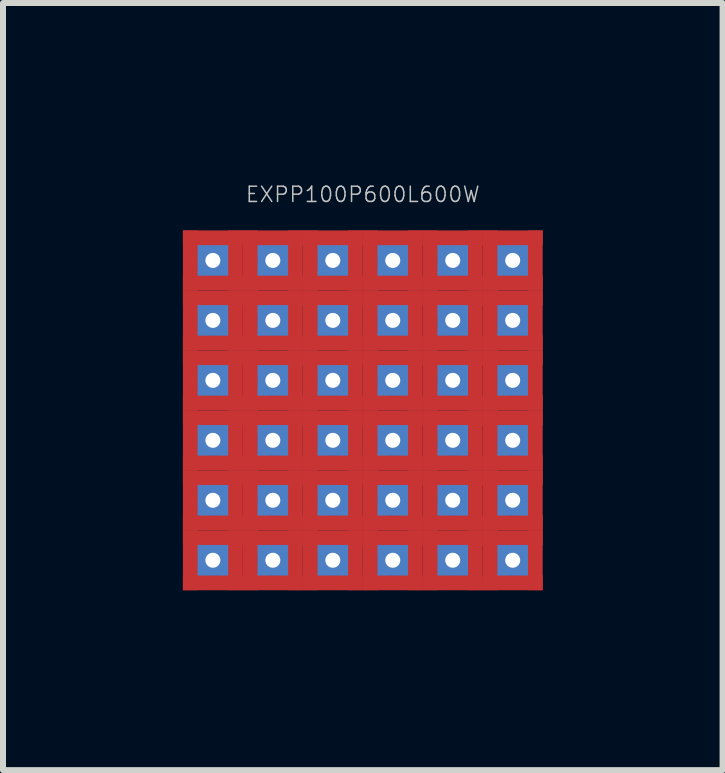
<source format=kicad_pcb>
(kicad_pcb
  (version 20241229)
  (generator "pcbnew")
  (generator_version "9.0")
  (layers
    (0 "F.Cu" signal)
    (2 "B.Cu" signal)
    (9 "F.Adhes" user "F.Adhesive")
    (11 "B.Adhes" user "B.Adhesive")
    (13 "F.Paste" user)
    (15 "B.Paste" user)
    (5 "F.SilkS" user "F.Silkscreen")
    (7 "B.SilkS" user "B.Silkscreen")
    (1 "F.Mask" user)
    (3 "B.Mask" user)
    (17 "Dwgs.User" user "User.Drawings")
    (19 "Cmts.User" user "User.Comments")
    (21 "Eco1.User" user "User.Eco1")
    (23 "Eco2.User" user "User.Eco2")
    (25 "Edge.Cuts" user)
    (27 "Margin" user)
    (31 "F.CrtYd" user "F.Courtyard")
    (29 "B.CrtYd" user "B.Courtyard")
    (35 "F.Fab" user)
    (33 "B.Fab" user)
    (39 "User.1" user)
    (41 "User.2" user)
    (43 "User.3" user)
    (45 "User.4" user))
  (footprint "EXPP100P600L600W"
    (layer "F.Cu")
    (at 3 3.793)
    (property "Reference" "EXPP100P600L600W" (at 0 -3.6 0) (layer "Dwgs.User") (effects (font (size 0.254 0.254) (thickness 0.025))))
    (attr smd)
    (pad "1" smd rect (at -2.875 -2.5) (size 0.25 1) (layers "F.Cu" "F.Mask"))
    (pad "1" smd rect (at -2.875 -1.5) (size 0.25 1) (layers "F.Cu" "F.Mask"))
    (pad "1" smd rect (at -2.875 -0.5) (size 0.25 1) (layers "F.Cu" "F.Mask"))
    (pad "1" smd rect (at -2.875 0.5) (size 0.25 1) (layers "F.Cu" "F.Mask"))
    (pad "1" smd rect (at -2.875 1.5) (size 0.25 1) (layers "F.Cu" "F.Mask"))
    (pad "1" smd rect (at -2.875 2.5) (size 0.25 1) (layers "F.Cu" "F.Mask"))
    (pad "1" smd rect (at -2.77 -2.77) (size 0.35 0.35) (layers "F.Cu" "F.Mask" "F.Paste"))
    (pad "1" smd rect (at -2.77 -2.23) (size 0.35 0.35) (layers "F.Cu" "F.Paste"))
    (pad "1" smd rect (at -2.77 -1.77) (size 0.35 0.35) (layers "F.Cu" "F.Mask" "F.Paste"))
    (pad "1" smd rect (at -2.77 -1.23) (size 0.35 0.35) (layers "F.Cu" "F.Paste"))
    (pad "1" smd rect (at -2.77 -0.77) (size 0.35 0.35) (layers "F.Cu" "F.Mask" "F.Paste"))
    (pad "1" smd rect (at -2.77 -0.23) (size 0.35 0.35) (layers "F.Cu" "F.Paste"))
    (pad "1" smd rect (at -2.77 0.23) (size 0.35 0.35) (layers "F.Cu" "F.Mask" "F.Paste"))
    (pad "1" smd rect (at -2.77 0.77) (size 0.35 0.35) (layers "F.Cu" "F.Paste"))
    (pad "1" smd rect (at -2.77 1.23) (size 0.35 0.35) (layers "F.Cu" "F.Mask" "F.Paste"))
    (pad "1" smd rect (at -2.77 1.77) (size 0.35 0.35) (layers "F.Cu" "F.Paste"))
    (pad "1" smd rect (at -2.77 2.23) (size 0.35 0.35) (layers "F.Cu" "F.Mask" "F.Paste"))
    (pad "1" smd rect (at -2.77 2.77) (size 0.35 0.35) (layers "F.Cu" "F.Paste"))
    (pad "1" smd rect (at -2.5 -2.875) (size 1 0.25) (layers "F.Cu" "F.Mask"))
    (pad "1" thru_hole rect (at -2.5 -2.5) (size 0.51 0.51) (drill 0.25) (layers "*.Cu"))
    (pad "1" smd rect (at -2.5 -2.125) (size 1 0.25) (layers "F.Cu" "F.Mask"))
    (pad "1" smd rect (at -2.5 -1.875) (size 1 0.25) (layers "F.Cu" "F.Mask"))
    (pad "1" thru_hole rect (at -2.5 -1.5) (size 0.51 0.51) (drill 0.25) (layers "*.Cu"))
    (pad "1" smd rect (at -2.5 -1.125) (size 1 0.25) (layers "F.Cu" "F.Mask"))
    (pad "1" smd rect (at -2.5 -0.875) (size 1 0.25) (layers "F.Cu" "F.Mask"))
    (pad "1" thru_hole rect (at -2.5 -0.5) (size 0.51 0.51) (drill 0.25) (layers "*.Cu"))
    (pad "1" smd rect (at -2.5 -0.125) (size 1 0.25) (layers "F.Cu" "F.Mask"))
    (pad "1" smd rect (at -2.5 0.125) (size 1 0.25) (layers "F.Cu" "F.Mask"))
    (pad "1" thru_hole rect (at -2.5 0.5) (size 0.51 0.51) (drill 0.25) (layers "*.Cu"))
    (pad "1" smd rect (at -2.5 0.875) (size 1 0.25) (layers "F.Cu" "F.Mask"))
    (pad "1" smd rect (at -2.5 1.125) (size 1 0.25) (layers "F.Cu" "F.Mask"))
    (pad "1" thru_hole rect (at -2.5 1.5) (size 0.51 0.51) (drill 0.25) (layers "*.Cu"))
    (pad "1" smd rect (at -2.5 1.875) (size 1 0.25) (layers "F.Cu" "F.Mask"))
    (pad "1" smd rect (at -2.5 2.125) (size 1 0.25) (layers "F.Cu" "F.Mask"))
    (pad "1" thru_hole rect (at -2.5 2.5) (size 0.51 0.51) (drill 0.25) (layers "*.Cu"))
    (pad "1" smd rect (at -2.5 2.875) (size 1 0.25) (layers "F.Cu" "F.Mask"))
    (pad "1" smd rect (at -2.23 -2.77) (size 0.35 0.35) (layers "F.Cu" "F.Paste"))
    (pad "1" smd rect (at -2.23 -2.23) (size 0.35 0.35) (layers "F.Cu" "F.Paste"))
    (pad "1" smd rect (at -2.23 -1.77) (size 0.35 0.35) (layers "F.Cu" "F.Paste"))
    (pad "1" smd rect (at -2.23 -1.23) (size 0.35 0.35) (layers "F.Cu" "F.Paste"))
    (pad "1" smd rect (at -2.23 -0.77) (size 0.35 0.35) (layers "F.Cu" "F.Paste"))
    (pad "1" smd rect (at -2.23 -0.23) (size 0.35 0.35) (layers "F.Cu" "F.Paste"))
    (pad "1" smd rect (at -2.23 0.23) (size 0.35 0.35) (layers "F.Cu" "F.Paste"))
    (pad "1" smd rect (at -2.23 0.77) (size 0.35 0.35) (layers "F.Cu" "F.Paste"))
    (pad "1" smd rect (at -2.23 1.23) (size 0.35 0.35) (layers "F.Cu" "F.Paste"))
    (pad "1" smd rect (at -2.23 1.77) (size 0.35 0.35) (layers "F.Cu" "F.Paste"))
    (pad "1" smd rect (at -2.23 2.23) (size 0.35 0.35) (layers "F.Cu" "F.Paste"))
    (pad "1" smd rect (at -2.23 2.77) (size 0.35 0.35) (layers "F.Cu" "F.Paste"))
    (pad "1" smd rect (at -2.125 -2.5) (size 0.25 1) (layers "F.Cu" "F.Mask"))
    (pad "1" smd rect (at -2.125 -1.5) (size 0.25 1) (layers "F.Cu" "F.Mask"))
    (pad "1" smd rect (at -2.125 -0.5) (size 0.25 1) (layers "F.Cu" "F.Mask"))
    (pad "1" smd rect (at -2.125 0.5) (size 0.25 1) (layers "F.Cu" "F.Mask"))
    (pad "1" smd rect (at -2.125 1.5) (size 0.25 1) (layers "F.Cu" "F.Mask"))
    (pad "1" smd rect (at -2.125 2.5) (size 0.25 1) (layers "F.Cu" "F.Mask"))
    (pad "1" smd rect (at -1.875 -2.5) (size 0.25 1) (layers "F.Cu" "F.Mask"))
    (pad "1" smd rect (at -1.875 -1.5) (size 0.25 1) (layers "F.Cu" "F.Mask"))
    (pad "1" smd rect (at -1.875 -0.5) (size 0.25 1) (layers "F.Cu" "F.Mask"))
    (pad "1" smd rect (at -1.875 0.5) (size 0.25 1) (layers "F.Cu" "F.Mask"))
    (pad "1" smd rect (at -1.875 1.5) (size 0.25 1) (layers "F.Cu" "F.Mask"))
    (pad "1" smd rect (at -1.875 2.5) (size 0.25 1) (layers "F.Cu" "F.Mask"))
    (pad "1" smd rect (at -1.77 -2.77) (size 0.35 0.35) (layers "F.Cu" "F.Mask" "F.Paste"))
    (pad "1" smd rect (at -1.77 -2.23) (size 0.35 0.35) (layers "F.Cu" "F.Paste"))
    (pad "1" smd rect (at -1.77 -1.77) (size 0.35 0.35) (layers "F.Cu" "F.Mask" "F.Paste"))
    (pad "1" smd rect (at -1.77 -1.23) (size 0.35 0.35) (layers "F.Cu" "F.Paste"))
    (pad "1" smd rect (at -1.77 -0.77) (size 0.35 0.35) (layers "F.Cu" "F.Mask" "F.Paste"))
    (pad "1" smd rect (at -1.77 -0.23) (size 0.35 0.35) (layers "F.Cu" "F.Paste"))
    (pad "1" smd rect (at -1.77 0.23) (size 0.35 0.35) (layers "F.Cu" "F.Mask" "F.Paste"))
    (pad "1" smd rect (at -1.77 0.77) (size 0.35 0.35) (layers "F.Cu" "F.Paste"))
    (pad "1" smd rect (at -1.77 1.23) (size 0.35 0.35) (layers "F.Cu" "F.Mask" "F.Paste"))
    (pad "1" smd rect (at -1.77 1.77) (size 0.35 0.35) (layers "F.Cu" "F.Paste"))
    (pad "1" smd rect (at -1.77 2.23) (size 0.35 0.35) (layers "F.Cu" "F.Mask" "F.Paste"))
    (pad "1" smd rect (at -1.77 2.77) (size 0.35 0.35) (layers "F.Cu" "F.Paste"))
    (pad "1" smd rect (at -1.5 -2.875) (size 1 0.25) (layers "F.Cu" "F.Mask"))
    (pad "1" thru_hole rect (at -1.5 -2.5) (size 0.51 0.51) (drill 0.25) (layers "*.Cu"))
    (pad "1" smd rect (at -1.5 -2.125) (size 1 0.25) (layers "F.Cu" "F.Mask"))
    (pad "1" smd rect (at -1.5 -1.875) (size 1 0.25) (layers "F.Cu" "F.Mask"))
    (pad "1" thru_hole rect (at -1.5 -1.5) (size 0.51 0.51) (drill 0.25) (layers "*.Cu"))
    (pad "1" smd rect (at -1.5 -1.125) (size 1 0.25) (layers "F.Cu" "F.Mask"))
    (pad "1" smd rect (at -1.5 -0.875) (size 1 0.25) (layers "F.Cu" "F.Mask"))
    (pad "1" thru_hole rect (at -1.5 -0.5) (size 0.51 0.51) (drill 0.25) (layers "*.Cu"))
    (pad "1" smd rect (at -1.5 -0.125) (size 1 0.25) (layers "F.Cu" "F.Mask"))
    (pad "1" smd rect (at -1.5 0.125) (size 1 0.25) (layers "F.Cu" "F.Mask"))
    (pad "1" thru_hole rect (at -1.5 0.5) (size 0.51 0.51) (drill 0.25) (layers "*.Cu"))
    (pad "1" smd rect (at -1.5 0.875) (size 1 0.25) (layers "F.Cu" "F.Mask"))
    (pad "1" smd rect (at -1.5 1.125) (size 1 0.25) (layers "F.Cu" "F.Mask"))
    (pad "1" thru_hole rect (at -1.5 1.5) (size 0.51 0.51) (drill 0.25) (layers "*.Cu"))
    (pad "1" smd rect (at -1.5 1.875) (size 1 0.25) (layers "F.Cu" "F.Mask"))
    (pad "1" smd rect (at -1.5 2.125) (size 1 0.25) (layers "F.Cu" "F.Mask"))
    (pad "1" thru_hole rect (at -1.5 2.5) (size 0.51 0.51) (drill 0.25) (layers "*.Cu"))
    (pad "1" smd rect (at -1.5 2.875) (size 1 0.25) (layers "F.Cu" "F.Mask"))
    (pad "1" smd rect (at -1.23 -2.77) (size 0.35 0.35) (layers "F.Cu" "F.Paste"))
    (pad "1" smd rect (at -1.23 -2.23) (size 0.35 0.35) (layers "F.Cu" "F.Paste"))
    (pad "1" smd rect (at -1.23 -1.77) (size 0.35 0.35) (layers "F.Cu" "F.Paste"))
    (pad "1" smd rect (at -1.23 -1.23) (size 0.35 0.35) (layers "F.Cu" "F.Paste"))
    (pad "1" smd rect (at -1.23 -0.77) (size 0.35 0.35) (layers "F.Cu" "F.Paste"))
    (pad "1" smd rect (at -1.23 -0.23) (size 0.35 0.35) (layers "F.Cu" "F.Paste"))
    (pad "1" smd rect (at -1.23 0.23) (size 0.35 0.35) (layers "F.Cu" "F.Paste"))
    (pad "1" smd rect (at -1.23 0.77) (size 0.35 0.35) (layers "F.Cu" "F.Paste"))
    (pad "1" smd rect (at -1.23 1.23) (size 0.35 0.35) (layers "F.Cu" "F.Paste"))
    (pad "1" smd rect (at -1.23 1.77) (size 0.35 0.35) (layers "F.Cu" "F.Paste"))
    (pad "1" smd rect (at -1.23 2.23) (size 0.35 0.35) (layers "F.Cu" "F.Paste"))
    (pad "1" smd rect (at -1.23 2.77) (size 0.35 0.35) (layers "F.Cu" "F.Paste"))
    (pad "1" smd rect (at -1.125 -2.5) (size 0.25 1) (layers "F.Cu" "F.Mask"))
    (pad "1" smd rect (at -1.125 -1.5) (size 0.25 1) (layers "F.Cu" "F.Mask"))
    (pad "1" smd rect (at -1.125 -0.5) (size 0.25 1) (layers "F.Cu" "F.Mask"))
    (pad "1" smd rect (at -1.125 0.5) (size 0.25 1) (layers "F.Cu" "F.Mask"))
    (pad "1" smd rect (at -1.125 1.5) (size 0.25 1) (layers "F.Cu" "F.Mask"))
    (pad "1" smd rect (at -1.125 2.5) (size 0.25 1) (layers "F.Cu" "F.Mask"))
    (pad "1" smd rect (at -0.875 -2.5) (size 0.25 1) (layers "F.Cu" "F.Mask"))
    (pad "1" smd rect (at -0.875 -1.5) (size 0.25 1) (layers "F.Cu" "F.Mask"))
    (pad "1" smd rect (at -0.875 -0.5) (size 0.25 1) (layers "F.Cu" "F.Mask"))
    (pad "1" smd rect (at -0.875 0.5) (size 0.25 1) (layers "F.Cu" "F.Mask"))
    (pad "1" smd rect (at -0.875 1.5) (size 0.25 1) (layers "F.Cu" "F.Mask"))
    (pad "1" smd rect (at -0.875 2.5) (size 0.25 1) (layers "F.Cu" "F.Mask"))
    (pad "1" smd rect (at -0.77 -2.77) (size 0.35 0.35) (layers "F.Cu" "F.Mask" "F.Paste"))
    (pad "1" smd rect (at -0.77 -2.23) (size 0.35 0.35) (layers "F.Cu" "F.Paste"))
    (pad "1" smd rect (at -0.77 -1.77) (size 0.35 0.35) (layers "F.Cu" "F.Mask" "F.Paste"))
    (pad "1" smd rect (at -0.77 -1.23) (size 0.35 0.35) (layers "F.Cu" "F.Paste"))
    (pad "1" smd rect (at -0.77 -0.77) (size 0.35 0.35) (layers "F.Cu" "F.Mask" "F.Paste"))
    (pad "1" smd rect (at -0.77 -0.23) (size 0.35 0.35) (layers "F.Cu" "F.Paste"))
    (pad "1" smd rect (at -0.77 0.23) (size 0.35 0.35) (layers "F.Cu" "F.Mask" "F.Paste"))
    (pad "1" smd rect (at -0.77 0.77) (size 0.35 0.35) (layers "F.Cu" "F.Paste"))
    (pad "1" smd rect (at -0.77 1.23) (size 0.35 0.35) (layers "F.Cu" "F.Mask" "F.Paste"))
    (pad "1" smd rect (at -0.77 1.77) (size 0.35 0.35) (layers "F.Cu" "F.Paste"))
    (pad "1" smd rect (at -0.77 2.23) (size 0.35 0.35) (layers "F.Cu" "F.Mask" "F.Paste"))
    (pad "1" smd rect (at -0.77 2.77) (size 0.35 0.35) (layers "F.Cu" "F.Paste"))
    (pad "1" smd rect (at -0.5 -2.875) (size 1 0.25) (layers "F.Cu" "F.Mask"))
    (pad "1" thru_hole rect (at -0.5 -2.5) (size 0.51 0.51) (drill 0.25) (layers "*.Cu"))
    (pad "1" smd rect (at -0.5 -2.125) (size 1 0.25) (layers "F.Cu" "F.Mask"))
    (pad "1" smd rect (at -0.5 -1.875) (size 1 0.25) (layers "F.Cu" "F.Mask"))
    (pad "1" thru_hole rect (at -0.5 -1.5) (size 0.51 0.51) (drill 0.25) (layers "*.Cu"))
    (pad "1" smd rect (at -0.5 -1.125) (size 1 0.25) (layers "F.Cu" "F.Mask"))
    (pad "1" smd rect (at -0.5 -0.875) (size 1 0.25) (layers "F.Cu" "F.Mask"))
    (pad "1" thru_hole rect (at -0.5 -0.5) (size 0.51 0.51) (drill 0.25) (layers "*.Cu"))
    (pad "1" smd rect (at -0.5 -0.125) (size 1 0.25) (layers "F.Cu" "F.Mask"))
    (pad "1" smd rect (at -0.5 0.125) (size 1 0.25) (layers "F.Cu" "F.Mask"))
    (pad "1" thru_hole rect (at -0.5 0.5) (size 0.51 0.51) (drill 0.25) (layers "*.Cu"))
    (pad "1" smd rect (at -0.5 0.875) (size 1 0.25) (layers "F.Cu" "F.Mask"))
    (pad "1" smd rect (at -0.5 1.125) (size 1 0.25) (layers "F.Cu" "F.Mask"))
    (pad "1" thru_hole rect (at -0.5 1.5) (size 0.51 0.51) (drill 0.25) (layers "*.Cu"))
    (pad "1" smd rect (at -0.5 1.875) (size 1 0.25) (layers "F.Cu" "F.Mask"))
    (pad "1" smd rect (at -0.5 2.125) (size 1 0.25) (layers "F.Cu" "F.Mask"))
    (pad "1" thru_hole rect (at -0.5 2.5) (size 0.51 0.51) (drill 0.25) (layers "*.Cu"))
    (pad "1" smd rect (at -0.5 2.875) (size 1 0.25) (layers "F.Cu" "F.Mask"))
    (pad "1" smd rect (at -0.23 -2.77) (size 0.35 0.35) (layers "F.Cu" "F.Paste"))
    (pad "1" smd rect (at -0.23 -2.23) (size 0.35 0.35) (layers "F.Cu" "F.Paste"))
    (pad "1" smd rect (at -0.23 -1.77) (size 0.35 0.35) (layers "F.Cu" "F.Paste"))
    (pad "1" smd rect (at -0.23 -1.23) (size 0.35 0.35) (layers "F.Cu" "F.Paste"))
    (pad "1" smd rect (at -0.23 -0.77) (size 0.35 0.35) (layers "F.Cu" "F.Paste"))
    (pad "1" smd rect (at -0.23 -0.23) (size 0.35 0.35) (layers "F.Cu" "F.Paste"))
    (pad "1" smd rect (at -0.23 0.23) (size 0.35 0.35) (layers "F.Cu" "F.Paste"))
    (pad "1" smd rect (at -0.23 0.77) (size 0.35 0.35) (layers "F.Cu" "F.Paste"))
    (pad "1" smd rect (at -0.23 1.23) (size 0.35 0.35) (layers "F.Cu" "F.Paste"))
    (pad "1" smd rect (at -0.23 1.77) (size 0.35 0.35) (layers "F.Cu" "F.Paste"))
    (pad "1" smd rect (at -0.23 2.23) (size 0.35 0.35) (layers "F.Cu" "F.Paste"))
    (pad "1" smd rect (at -0.23 2.77) (size 0.35 0.35) (layers "F.Cu" "F.Paste"))
    (pad "1" smd rect (at -0.125 -2.5) (size 0.25 1) (layers "F.Cu" "F.Mask"))
    (pad "1" smd rect (at -0.125 -1.5) (size 0.25 1) (layers "F.Cu" "F.Mask"))
    (pad "1" smd rect (at -0.125 -0.5) (size 0.25 1) (layers "F.Cu" "F.Mask"))
    (pad "1" smd rect (at -0.125 0.5) (size 0.25 1) (layers "F.Cu" "F.Mask"))
    (pad "1" smd rect (at -0.125 1.5) (size 0.25 1) (layers "F.Cu" "F.Mask"))
    (pad "1" smd rect (at -0.125 2.5) (size 0.25 1) (layers "F.Cu" "F.Mask"))
    (pad "1" smd rect (at 0.125 -2.5) (size 0.25 1) (layers "F.Cu" "F.Mask"))
    (pad "1" smd rect (at 0.125 -1.5) (size 0.25 1) (layers "F.Cu" "F.Mask"))
    (pad "1" smd rect (at 0.125 -0.5) (size 0.25 1) (layers "F.Cu" "F.Mask"))
    (pad "1" smd rect (at 0.125 0.5) (size 0.25 1) (layers "F.Cu" "F.Mask"))
    (pad "1" smd rect (at 0.125 1.5) (size 0.25 1) (layers "F.Cu" "F.Mask"))
    (pad "1" smd rect (at 0.125 2.5) (size 0.25 1) (layers "F.Cu" "F.Mask"))
    (pad "1" smd rect (at 0.23 -2.77) (size 0.35 0.35) (layers "F.Cu" "F.Mask" "F.Paste"))
    (pad "1" smd rect (at 0.23 -2.23) (size 0.35 0.35) (layers "F.Cu" "F.Paste"))
    (pad "1" smd rect (at 0.23 -1.77) (size 0.35 0.35) (layers "F.Cu" "F.Mask" "F.Paste"))
    (pad "1" smd rect (at 0.23 -1.23) (size 0.35 0.35) (layers "F.Cu" "F.Paste"))
    (pad "1" smd rect (at 0.23 -0.77) (size 0.35 0.35) (layers "F.Cu" "F.Mask" "F.Paste"))
    (pad "1" smd rect (at 0.23 -0.23) (size 0.35 0.35) (layers "F.Cu" "F.Paste"))
    (pad "1" smd rect (at 0.23 0.23) (size 0.35 0.35) (layers "F.Cu" "F.Mask" "F.Paste"))
    (pad "1" smd rect (at 0.23 0.77) (size 0.35 0.35) (layers "F.Cu" "F.Paste"))
    (pad "1" smd rect (at 0.23 1.23) (size 0.35 0.35) (layers "F.Cu" "F.Mask" "F.Paste"))
    (pad "1" smd rect (at 0.23 1.77) (size 0.35 0.35) (layers "F.Cu" "F.Paste"))
    (pad "1" smd rect (at 0.23 2.23) (size 0.35 0.35) (layers "F.Cu" "F.Mask" "F.Paste"))
    (pad "1" smd rect (at 0.23 2.77) (size 0.35 0.35) (layers "F.Cu" "F.Paste"))
    (pad "1" smd rect (at 0.5 -2.875) (size 1 0.25) (layers "F.Cu" "F.Mask"))
    (pad "1" thru_hole rect (at 0.5 -2.5) (size 0.51 0.51) (drill 0.25) (layers "*.Cu"))
    (pad "1" smd rect (at 0.5 -2.125) (size 1 0.25) (layers "F.Cu" "F.Mask"))
    (pad "1" smd rect (at 0.5 -1.875) (size 1 0.25) (layers "F.Cu" "F.Mask"))
    (pad "1" thru_hole rect (at 0.5 -1.5) (size 0.51 0.51) (drill 0.25) (layers "*.Cu"))
    (pad "1" smd rect (at 0.5 -1.125) (size 1 0.25) (layers "F.Cu" "F.Mask"))
    (pad "1" smd rect (at 0.5 -0.875) (size 1 0.25) (layers "F.Cu" "F.Mask"))
    (pad "1" thru_hole rect (at 0.5 -0.5) (size 0.51 0.51) (drill 0.25) (layers "*.Cu"))
    (pad "1" smd rect (at 0.5 -0.125) (size 1 0.25) (layers "F.Cu" "F.Mask"))
    (pad "1" smd rect (at 0.5 0.125) (size 1 0.25) (layers "F.Cu" "F.Mask"))
    (pad "1" thru_hole rect (at 0.5 0.5) (size 0.51 0.51) (drill 0.25) (layers "*.Cu"))
    (pad "1" smd rect (at 0.5 0.875) (size 1 0.25) (layers "F.Cu" "F.Mask"))
    (pad "1" smd rect (at 0.5 1.125) (size 1 0.25) (layers "F.Cu" "F.Mask"))
    (pad "1" thru_hole rect (at 0.5 1.5) (size 0.51 0.51) (drill 0.25) (layers "*.Cu"))
    (pad "1" smd rect (at 0.5 1.875) (size 1 0.25) (layers "F.Cu" "F.Mask"))
    (pad "1" smd rect (at 0.5 2.125) (size 1 0.25) (layers "F.Cu" "F.Mask"))
    (pad "1" thru_hole rect (at 0.5 2.5) (size 0.51 0.51) (drill 0.25) (layers "*.Cu"))
    (pad "1" smd rect (at 0.5 2.875) (size 1 0.25) (layers "F.Cu" "F.Mask"))
    (pad "1" smd rect (at 0.77 -2.77) (size 0.35 0.35) (layers "F.Cu" "F.Paste"))
    (pad "1" smd rect (at 0.77 -2.23) (size 0.35 0.35) (layers "F.Cu" "F.Paste"))
    (pad "1" smd rect (at 0.77 -1.77) (size 0.35 0.35) (layers "F.Cu" "F.Paste"))
    (pad "1" smd rect (at 0.77 -1.23) (size 0.35 0.35) (layers "F.Cu" "F.Paste"))
    (pad "1" smd rect (at 0.77 -0.77) (size 0.35 0.35) (layers "F.Cu" "F.Paste"))
    (pad "1" smd rect (at 0.77 -0.23) (size 0.35 0.35) (layers "F.Cu" "F.Paste"))
    (pad "1" smd rect (at 0.77 0.23) (size 0.35 0.35) (layers "F.Cu" "F.Paste"))
    (pad "1" smd rect (at 0.77 0.77) (size 0.35 0.35) (layers "F.Cu" "F.Paste"))
    (pad "1" smd rect (at 0.77 1.23) (size 0.35 0.35) (layers "F.Cu" "F.Paste"))
    (pad "1" smd rect (at 0.77 1.77) (size 0.35 0.35) (layers "F.Cu" "F.Paste"))
    (pad "1" smd rect (at 0.77 2.23) (size 0.35 0.35) (layers "F.Cu" "F.Paste"))
    (pad "1" smd rect (at 0.77 2.77) (size 0.35 0.35) (layers "F.Cu" "F.Paste"))
    (pad "1" smd rect (at 0.875 -2.5) (size 0.25 1) (layers "F.Cu" "F.Mask"))
    (pad "1" smd rect (at 0.875 -1.5) (size 0.25 1) (layers "F.Cu" "F.Mask"))
    (pad "1" smd rect (at 0.875 -0.5) (size 0.25 1) (layers "F.Cu" "F.Mask"))
    (pad "1" smd rect (at 0.875 0.5) (size 0.25 1) (layers "F.Cu" "F.Mask"))
    (pad "1" smd rect (at 0.875 1.5) (size 0.25 1) (layers "F.Cu" "F.Mask"))
    (pad "1" smd rect (at 0.875 2.5) (size 0.25 1) (layers "F.Cu" "F.Mask"))
    (pad "1" smd rect (at 1.125 -2.5) (size 0.25 1) (layers "F.Cu" "F.Mask"))
    (pad "1" smd rect (at 1.125 -1.5) (size 0.25 1) (layers "F.Cu" "F.Mask"))
    (pad "1" smd rect (at 1.125 -0.5) (size 0.25 1) (layers "F.Cu" "F.Mask"))
    (pad "1" smd rect (at 1.125 0.5) (size 0.25 1) (layers "F.Cu" "F.Mask"))
    (pad "1" smd rect (at 1.125 1.5) (size 0.25 1) (layers "F.Cu" "F.Mask"))
    (pad "1" smd rect (at 1.125 2.5) (size 0.25 1) (layers "F.Cu" "F.Mask"))
    (pad "1" smd rect (at 1.23 -2.77) (size 0.35 0.35) (layers "F.Cu" "F.Mask" "F.Paste"))
    (pad "1" smd rect (at 1.23 -2.23) (size 0.35 0.35) (layers "F.Cu" "F.Paste"))
    (pad "1" smd rect (at 1.23 -1.77) (size 0.35 0.35) (layers "F.Cu" "F.Mask" "F.Paste"))
    (pad "1" smd rect (at 1.23 -1.23) (size 0.35 0.35) (layers "F.Cu" "F.Paste"))
    (pad "1" smd rect (at 1.23 -0.77) (size 0.35 0.35) (layers "F.Cu" "F.Mask" "F.Paste"))
    (pad "1" smd rect (at 1.23 -0.23) (size 0.35 0.35) (layers "F.Cu" "F.Paste"))
    (pad "1" smd rect (at 1.23 0.23) (size 0.35 0.35) (layers "F.Cu" "F.Mask" "F.Paste"))
    (pad "1" smd rect (at 1.23 0.77) (size 0.35 0.35) (layers "F.Cu" "F.Paste"))
    (pad "1" smd rect (at 1.23 1.23) (size 0.35 0.35) (layers "F.Cu" "F.Mask" "F.Paste"))
    (pad "1" smd rect (at 1.23 1.77) (size 0.35 0.35) (layers "F.Cu" "F.Paste"))
    (pad "1" smd rect (at 1.23 2.23) (size 0.35 0.35) (layers "F.Cu" "F.Mask" "F.Paste"))
    (pad "1" smd rect (at 1.23 2.77) (size 0.35 0.35) (layers "F.Cu" "F.Paste"))
    (pad "1" smd rect (at 1.5 -2.875) (size 1 0.25) (layers "F.Cu" "F.Mask"))
    (pad "1" thru_hole rect (at 1.5 -2.5) (size 0.51 0.51) (drill 0.25) (layers "*.Cu"))
    (pad "1" smd rect (at 1.5 -2.125) (size 1 0.25) (layers "F.Cu" "F.Mask"))
    (pad "1" smd rect (at 1.5 -1.875) (size 1 0.25) (layers "F.Cu" "F.Mask"))
    (pad "1" thru_hole rect (at 1.5 -1.5) (size 0.51 0.51) (drill 0.25) (layers "*.Cu"))
    (pad "1" smd rect (at 1.5 -1.125) (size 1 0.25) (layers "F.Cu" "F.Mask"))
    (pad "1" smd rect (at 1.5 -0.875) (size 1 0.25) (layers "F.Cu" "F.Mask"))
    (pad "1" thru_hole rect (at 1.5 -0.5) (size 0.51 0.51) (drill 0.25) (layers "*.Cu"))
    (pad "1" smd rect (at 1.5 -0.125) (size 1 0.25) (layers "F.Cu" "F.Mask"))
    (pad "1" smd rect (at 1.5 0.125) (size 1 0.25) (layers "F.Cu" "F.Mask"))
    (pad "1" thru_hole rect (at 1.5 0.5) (size 0.51 0.51) (drill 0.25) (layers "*.Cu"))
    (pad "1" smd rect (at 1.5 0.875) (size 1 0.25) (layers "F.Cu" "F.Mask"))
    (pad "1" smd rect (at 1.5 1.125) (size 1 0.25) (layers "F.Cu" "F.Mask"))
    (pad "1" thru_hole rect (at 1.5 1.5) (size 0.51 0.51) (drill 0.25) (layers "*.Cu"))
    (pad "1" smd rect (at 1.5 1.875) (size 1 0.25) (layers "F.Cu" "F.Mask"))
    (pad "1" smd rect (at 1.5 2.125) (size 1 0.25) (layers "F.Cu" "F.Mask"))
    (pad "1" thru_hole rect (at 1.5 2.5) (size 0.51 0.51) (drill 0.25) (layers "*.Cu"))
    (pad "1" smd rect (at 1.5 2.875) (size 1 0.25) (layers "F.Cu" "F.Mask"))
    (pad "1" smd rect (at 1.77 -2.77) (size 0.35 0.35) (layers "F.Cu" "F.Paste"))
    (pad "1" smd rect (at 1.77 -2.23) (size 0.35 0.35) (layers "F.Cu" "F.Paste"))
    (pad "1" smd rect (at 1.77 -1.77) (size 0.35 0.35) (layers "F.Cu" "F.Paste"))
    (pad "1" smd rect (at 1.77 -1.23) (size 0.35 0.35) (layers "F.Cu" "F.Paste"))
    (pad "1" smd rect (at 1.77 -0.77) (size 0.35 0.35) (layers "F.Cu" "F.Paste"))
    (pad "1" smd rect (at 1.77 -0.23) (size 0.35 0.35) (layers "F.Cu" "F.Paste"))
    (pad "1" smd rect (at 1.77 0.23) (size 0.35 0.35) (layers "F.Cu" "F.Paste"))
    (pad "1" smd rect (at 1.77 0.77) (size 0.35 0.35) (layers "F.Cu" "F.Paste"))
    (pad "1" smd rect (at 1.77 1.23) (size 0.35 0.35) (layers "F.Cu" "F.Paste"))
    (pad "1" smd rect (at 1.77 1.77) (size 0.35 0.35) (layers "F.Cu" "F.Paste"))
    (pad "1" smd rect (at 1.77 2.23) (size 0.35 0.35) (layers "F.Cu" "F.Paste"))
    (pad "1" smd rect (at 1.77 2.77) (size 0.35 0.35) (layers "F.Cu" "F.Paste"))
    (pad "1" smd rect (at 1.875 -2.5) (size 0.25 1) (layers "F.Cu" "F.Mask"))
    (pad "1" smd rect (at 1.875 -1.5) (size 0.25 1) (layers "F.Cu" "F.Mask"))
    (pad "1" smd rect (at 1.875 -0.5) (size 0.25 1) (layers "F.Cu" "F.Mask"))
    (pad "1" smd rect (at 1.875 0.5) (size 0.25 1) (layers "F.Cu" "F.Mask"))
    (pad "1" smd rect (at 1.875 1.5) (size 0.25 1) (layers "F.Cu" "F.Mask"))
    (pad "1" smd rect (at 1.875 2.5) (size 0.25 1) (layers "F.Cu" "F.Mask"))
    (pad "1" smd rect (at 2.125 -2.5) (size 0.25 1) (layers "F.Cu" "F.Mask"))
    (pad "1" smd rect (at 2.125 -1.5) (size 0.25 1) (layers "F.Cu" "F.Mask"))
    (pad "1" smd rect (at 2.125 -0.5) (size 0.25 1) (layers "F.Cu" "F.Mask"))
    (pad "1" smd rect (at 2.125 0.5) (size 0.25 1) (layers "F.Cu" "F.Mask"))
    (pad "1" smd rect (at 2.125 1.5) (size 0.25 1) (layers "F.Cu" "F.Mask"))
    (pad "1" smd rect (at 2.125 2.5) (size 0.25 1) (layers "F.Cu" "F.Mask"))
    (pad "1" smd rect (at 2.23 -2.77) (size 0.35 0.35) (layers "F.Cu" "F.Mask" "F.Paste"))
    (pad "1" smd rect (at 2.23 -2.23) (size 0.35 0.35) (layers "F.Cu" "F.Paste"))
    (pad "1" smd rect (at 2.23 -1.77) (size 0.35 0.35) (layers "F.Cu" "F.Mask" "F.Paste"))
    (pad "1" smd rect (at 2.23 -1.23) (size 0.35 0.35) (layers "F.Cu" "F.Paste"))
    (pad "1" smd rect (at 2.23 -0.77) (size 0.35 0.35) (layers "F.Cu" "F.Mask" "F.Paste"))
    (pad "1" smd rect (at 2.23 -0.23) (size 0.35 0.35) (layers "F.Cu" "F.Paste"))
    (pad "1" smd rect (at 2.23 0.23) (size 0.35 0.35) (layers "F.Cu" "F.Mask" "F.Paste"))
    (pad "1" smd rect (at 2.23 0.77) (size 0.35 0.35) (layers "F.Cu" "F.Paste"))
    (pad "1" smd rect (at 2.23 1.23) (size 0.35 0.35) (layers "F.Cu" "F.Mask" "F.Paste"))
    (pad "1" smd rect (at 2.23 1.77) (size 0.35 0.35) (layers "F.Cu" "F.Paste"))
    (pad "1" smd rect (at 2.23 2.23) (size 0.35 0.35) (layers "F.Cu" "F.Mask" "F.Paste"))
    (pad "1" smd rect (at 2.23 2.77) (size 0.35 0.35) (layers "F.Cu" "F.Paste"))
    (pad "1" smd rect (at 2.5 -2.875) (size 1 0.25) (layers "F.Cu" "F.Mask"))
    (pad "1" thru_hole rect (at 2.5 -2.5) (size 0.51 0.51) (drill 0.25) (layers "*.Cu"))
    (pad "1" smd rect (at 2.5 -2.125) (size 1 0.25) (layers "F.Cu" "F.Mask"))
    (pad "1" smd rect (at 2.5 -1.875) (size 1 0.25) (layers "F.Cu" "F.Mask"))
    (pad "1" thru_hole rect (at 2.5 -1.5) (size 0.51 0.51) (drill 0.25) (layers "*.Cu"))
    (pad "1" smd rect (at 2.5 -1.125) (size 1 0.25) (layers "F.Cu" "F.Mask"))
    (pad "1" smd rect (at 2.5 -0.875) (size 1 0.25) (layers "F.Cu" "F.Mask"))
    (pad "1" thru_hole rect (at 2.5 -0.5) (size 0.51 0.51) (drill 0.25) (layers "*.Cu"))
    (pad "1" smd rect (at 2.5 -0.125) (size 1 0.25) (layers "F.Cu" "F.Mask"))
    (pad "1" smd rect (at 2.5 0.125) (size 1 0.25) (layers "F.Cu" "F.Mask"))
    (pad "1" thru_hole rect (at 2.5 0.5) (size 0.51 0.51) (drill 0.25) (layers "*.Cu"))
    (pad "1" smd rect (at 2.5 0.875) (size 1 0.25) (layers "F.Cu" "F.Mask"))
    (pad "1" smd rect (at 2.5 1.125) (size 1 0.25) (layers "F.Cu" "F.Mask"))
    (pad "1" thru_hole rect (at 2.5 1.5) (size 0.51 0.51) (drill 0.25) (layers "*.Cu"))
    (pad "1" smd rect (at 2.5 1.875) (size 1 0.25) (layers "F.Cu" "F.Mask"))
    (pad "1" smd rect (at 2.5 2.125) (size 1 0.25) (layers "F.Cu" "F.Mask"))
    (pad "1" thru_hole rect (at 2.5 2.5) (size 0.51 0.51) (drill 0.25) (layers "*.Cu"))
    (pad "1" smd rect (at 2.5 2.875) (size 1 0.25) (layers "F.Cu" "F.Mask"))
    (pad "1" smd rect (at 2.77 -2.77) (size 0.35 0.35) (layers "F.Cu" "F.Paste"))
    (pad "1" smd rect (at 2.77 -2.23) (size 0.35 0.35) (layers "F.Cu" "F.Paste"))
    (pad "1" smd rect (at 2.77 -1.77) (size 0.35 0.35) (layers "F.Cu" "F.Paste"))
    (pad "1" smd rect (at 2.77 -1.23) (size 0.35 0.35) (layers "F.Cu" "F.Paste"))
    (pad "1" smd rect (at 2.77 -0.77) (size 0.35 0.35) (layers "F.Cu" "F.Paste"))
    (pad "1" smd rect (at 2.77 -0.23) (size 0.35 0.35) (layers "F.Cu" "F.Paste"))
    (pad "1" smd rect (at 2.77 0.23) (size 0.35 0.35) (layers "F.Cu" "F.Paste"))
    (pad "1" smd rect (at 2.77 0.77) (size 0.35 0.35) (layers "F.Cu" "F.Paste"))
    (pad "1" smd rect (at 2.77 1.23) (size 0.35 0.35) (layers "F.Cu" "F.Paste"))
    (pad "1" smd rect (at 2.77 1.77) (size 0.35 0.35) (layers "F.Cu" "F.Paste"))
    (pad "1" smd rect (at 2.77 2.23) (size 0.35 0.35) (layers "F.Cu" "F.Paste"))
    (pad "1" smd rect (at 2.77 2.77) (size 0.35 0.35) (layers "F.Cu" "F.Paste"))
    (pad "1" smd rect (at 2.875 -2.5) (size 0.25 1) (layers "F.Cu" "F.Mask"))
    (pad "1" smd rect (at 2.875 -1.5) (size 0.25 1) (layers "F.Cu" "F.Mask"))
    (pad "1" smd rect (at 2.875 -0.5) (size 0.25 1) (layers "F.Cu" "F.Mask"))
    (pad "1" smd rect (at 2.875 0.5) (size 0.25 1) (layers "F.Cu" "F.Mask"))
    (pad "1" smd rect (at 2.875 1.5) (size 0.25 1) (layers "F.Cu" "F.Mask"))
    (pad "1" smd rect (at 2.875 2.5) (size 0.25 1) (layers "F.Cu" "F.Mask")))
  (gr_rect
    (start -3 -3)
    (end 9 9.793)
    (stroke (width 0.1) (type default))
    (fill no)
    (layer "Edge.Cuts")))
</source>
